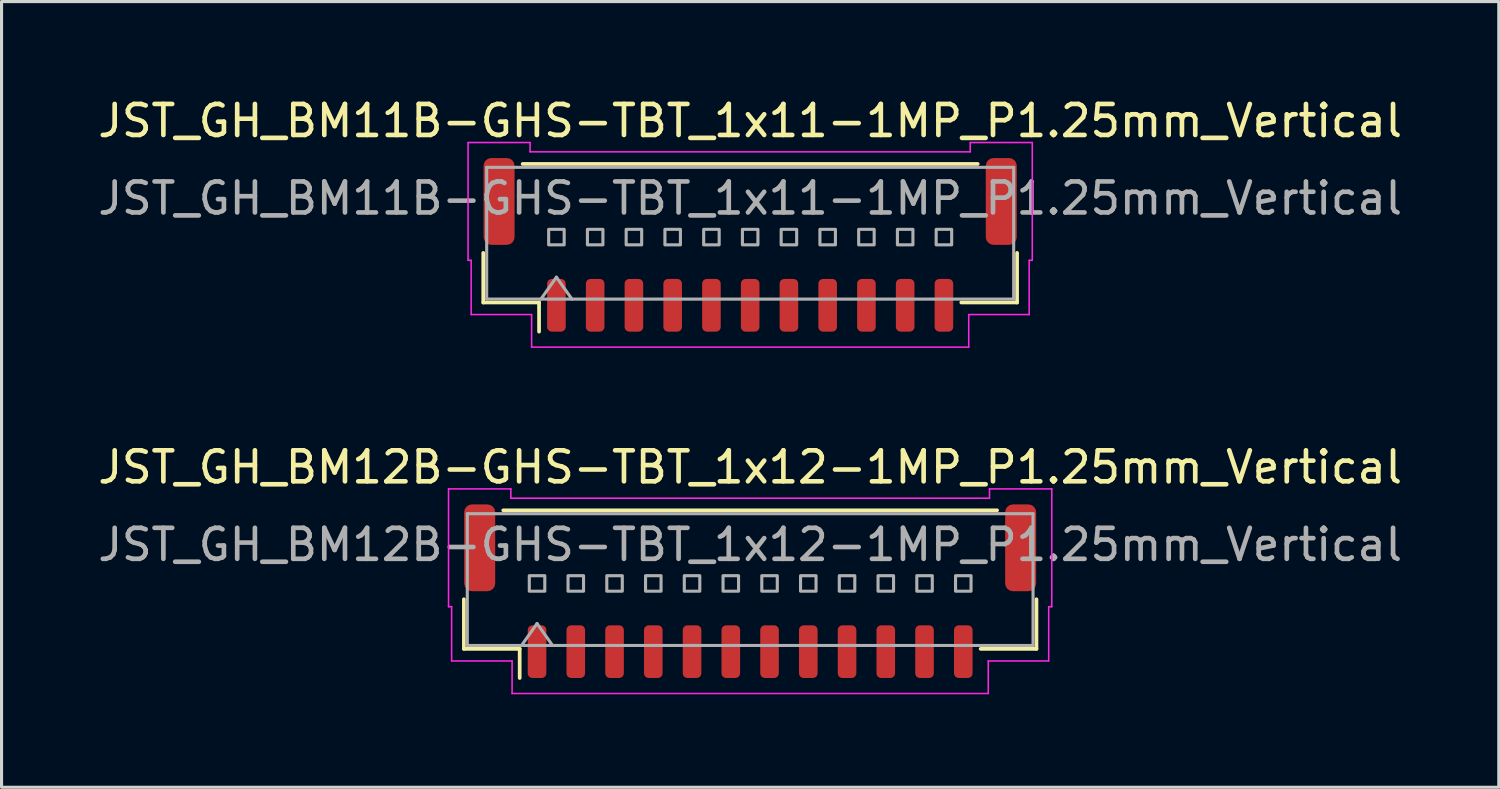
<source format=kicad_pcb>
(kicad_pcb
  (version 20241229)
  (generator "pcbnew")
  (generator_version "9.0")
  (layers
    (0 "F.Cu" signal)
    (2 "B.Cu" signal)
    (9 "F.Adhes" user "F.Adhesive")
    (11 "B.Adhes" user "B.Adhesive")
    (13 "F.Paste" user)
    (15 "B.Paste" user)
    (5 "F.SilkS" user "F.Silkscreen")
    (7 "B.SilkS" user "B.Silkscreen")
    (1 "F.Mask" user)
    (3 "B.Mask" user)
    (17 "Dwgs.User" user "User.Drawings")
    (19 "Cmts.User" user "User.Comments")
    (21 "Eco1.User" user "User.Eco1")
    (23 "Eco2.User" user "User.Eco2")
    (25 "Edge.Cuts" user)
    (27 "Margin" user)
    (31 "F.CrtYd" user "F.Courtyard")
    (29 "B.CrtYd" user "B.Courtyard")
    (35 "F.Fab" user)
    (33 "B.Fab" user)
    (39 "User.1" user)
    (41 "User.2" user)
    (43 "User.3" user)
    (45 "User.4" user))
  (footprint "JST_GH_BM11B-GHS-TBT_1x11-1MP_P1.25mm_Vertical"
    (layer "F.Cu")
    (at 21.149 4.848)
    (property "Reference" "JST_GH_BM11B-GHS-TBT_1x11-1MP_P1.25mm_Vertical" (at 0 -4 0) (layer "F.SilkS") (effects (font (size 1 1) (thickness 0.15))))
    (attr smd)
    (fp_line (start -8.61 0.26) (end -8.61 1.86) (stroke (width 0.12) (type solid)) (layer "F.SilkS"))
    (fp_line (start -8.61 1.86) (end -6.81 1.86) (stroke (width 0.12) (type solid)) (layer "F.SilkS"))
    (fp_line (start -7.34 -2.61) (end 7.34 -2.61) (stroke (width 0.12) (type solid)) (layer "F.SilkS"))
    (fp_line (start -6.81 1.86) (end -6.81 2.8) (stroke (width 0.12) (type solid)) (layer "F.SilkS"))
    (fp_line (start 8.61 0.26) (end 8.61 1.86) (stroke (width 0.12) (type solid)) (layer "F.SilkS"))
    (fp_line (start 8.61 1.86) (end 6.81 1.86) (stroke (width 0.12) (type solid)) (layer "F.SilkS"))
    (fp_line (start -9.1 -3.3) (end -7.1 -3.3) (stroke (width 0.05) (type solid)) (layer "F.CrtYd"))
    (fp_line (start -9.1 0.5) (end -9.1 -3.3) (stroke (width 0.05) (type solid)) (layer "F.CrtYd"))
    (fp_line (start -9 0.5) (end -9.1 0.5) (stroke (width 0.05) (type solid)) (layer "F.CrtYd"))
    (fp_line (start -9 2.25) (end -9 0.5) (stroke (width 0.05) (type solid)) (layer "F.CrtYd"))
    (fp_line (start -7.1 -3.3) (end -7.1 -3) (stroke (width 0.05) (type solid)) (layer "F.CrtYd"))
    (fp_line (start -7.1 -3) (end 7.1 -3) (stroke (width 0.05) (type solid)) (layer "F.CrtYd"))
    (fp_line (start -7.05 2.25) (end -9 2.25) (stroke (width 0.05) (type solid)) (layer "F.CrtYd"))
    (fp_line (start -7.05 3.3) (end -7.05 2.25) (stroke (width 0.05) (type solid)) (layer "F.CrtYd"))
    (fp_line (start 7.05 2.25) (end 7.05 3.3) (stroke (width 0.05) (type solid)) (layer "F.CrtYd"))
    (fp_line (start 7.05 3.3) (end -7.05 3.3) (stroke (width 0.05) (type solid)) (layer "F.CrtYd"))
    (fp_line (start 7.1 -3.3) (end 9.1 -3.3) (stroke (width 0.05) (type solid)) (layer "F.CrtYd"))
    (fp_line (start 7.1 -3) (end 7.1 -3.3) (stroke (width 0.05) (type solid)) (layer "F.CrtYd"))
    (fp_line (start 9 0.5) (end 9 2.25) (stroke (width 0.05) (type solid)) (layer "F.CrtYd"))
    (fp_line (start 9 2.25) (end 7.05 2.25) (stroke (width 0.05) (type solid)) (layer "F.CrtYd"))
    (fp_line (start 9.1 -3.3) (end 9.1 0.5) (stroke (width 0.05) (type solid)) (layer "F.CrtYd"))
    (fp_line (start 9.1 0.5) (end 9 0.5) (stroke (width 0.05) (type solid)) (layer "F.CrtYd"))
    (fp_line (start -8.5 -2.5) (end 8.5 -2.5) (stroke (width 0.1) (type solid)) (layer "F.Fab"))
    (fp_line (start -8.5 1.75) (end -8.5 -2.5) (stroke (width 0.1) (type solid)) (layer "F.Fab"))
    (fp_line (start -8.5 1.75) (end 8.5 1.75) (stroke (width 0.1) (type solid)) (layer "F.Fab"))
    (fp_line (start -6.75 1.75) (end -6.25 1.043) (stroke (width 0.1) (type solid)) (layer "F.Fab"))
    (fp_line (start -6.25 1.043) (end -5.75 1.75) (stroke (width 0.1) (type solid)) (layer "F.Fab"))
    (fp_line (start 8.5 1.75) (end 8.5 -2.5) (stroke (width 0.1) (type solid)) (layer "F.Fab"))
    (fp_rect (start -6.5 -0.5) (end -6 0) (stroke (width 0.1) (type solid)) (fill no) (layer "F.Fab"))
    (fp_rect (start -5.25 -0.5) (end -4.75 0) (stroke (width 0.1) (type solid)) (fill no) (layer "F.Fab"))
    (fp_rect (start -4 -0.5) (end -3.5 0) (stroke (width 0.1) (type solid)) (fill no) (layer "F.Fab"))
    (fp_rect (start -2.75 -0.5) (end -2.25 0) (stroke (width 0.1) (type solid)) (fill no) (layer "F.Fab"))
    (fp_rect (start -1.5 -0.5) (end -1 0) (stroke (width 0.1) (type solid)) (fill no) (layer "F.Fab"))
    (fp_rect (start -0.25 -0.5) (end 0.25 0) (stroke (width 0.1) (type solid)) (fill no) (layer "F.Fab"))
    (fp_rect (start 1 -0.5) (end 1.5 0) (stroke (width 0.1) (type solid)) (fill no) (layer "F.Fab"))
    (fp_rect (start 2.25 -0.5) (end 2.75 0) (stroke (width 0.1) (type solid)) (fill no) (layer "F.Fab"))
    (fp_rect (start 3.5 -0.5) (end 4 0) (stroke (width 0.1) (type solid)) (fill no) (layer "F.Fab"))
    (fp_rect (start 4.75 -0.5) (end 5.25 0) (stroke (width 0.1) (type solid)) (fill no) (layer "F.Fab"))
    (fp_rect (start 6 -0.5) (end 6.5 0) (stroke (width 0.1) (type solid)) (fill no) (layer "F.Fab"))
    (fp_text user "${REFERENCE}" (at 0 -1.5 0) (layer "F.Fab") (effects (font (size 1 1) (thickness 0.15))))
    (pad "1" smd roundrect (at -6.25 1.95) (size 0.6 1.7) (layers "F.Cu" "F.Mask" "F.Paste") (roundrect_rratio 0.25))
    (pad "2" smd roundrect (at -5 1.95) (size 0.6 1.7) (layers "F.Cu" "F.Mask" "F.Paste") (roundrect_rratio 0.25))
    (pad "3" smd roundrect (at -3.75 1.95) (size 0.6 1.7) (layers "F.Cu" "F.Mask" "F.Paste") (roundrect_rratio 0.25))
    (pad "4" smd roundrect (at -2.5 1.95) (size 0.6 1.7) (layers "F.Cu" "F.Mask" "F.Paste") (roundrect_rratio 0.25))
    (pad "5" smd roundrect (at -1.25 1.95) (size 0.6 1.7) (layers "F.Cu" "F.Mask" "F.Paste") (roundrect_rratio 0.25))
    (pad "6" smd roundrect (at 0 1.95) (size 0.6 1.7) (layers "F.Cu" "F.Mask" "F.Paste") (roundrect_rratio 0.25))
    (pad "7" smd roundrect (at 1.25 1.95) (size 0.6 1.7) (layers "F.Cu" "F.Mask" "F.Paste") (roundrect_rratio 0.25))
    (pad "8" smd roundrect (at 2.5 1.95) (size 0.6 1.7) (layers "F.Cu" "F.Mask" "F.Paste") (roundrect_rratio 0.25))
    (pad "9" smd roundrect (at 3.75 1.95) (size 0.6 1.7) (layers "F.Cu" "F.Mask" "F.Paste") (roundrect_rratio 0.25))
    (pad "10" smd roundrect (at 5 1.95) (size 0.6 1.7) (layers "F.Cu" "F.Mask" "F.Paste") (roundrect_rratio 0.25))
    (pad "11" smd roundrect (at 6.25 1.95) (size 0.6 1.7) (layers "F.Cu" "F.Mask" "F.Paste") (roundrect_rratio 0.25))
    (pad "MP" smd roundrect (at -8.1 -1.4) (size 1 2.8) (layers "F.Cu" "F.Mask" "F.Paste") (roundrect_rratio 0.25))
    (pad "MP" smd roundrect (at 8.1 -1.4) (size 1 2.8) (layers "F.Cu" "F.Mask" "F.Paste") (roundrect_rratio 0.25)))
  (footprint "JST_GH_BM12B-GHS-TBT_1x12-1MP_P1.25mm_Vertical"
    (layer "F.Cu")
    (at 21.149 16.021)
    (property "Reference" "JST_GH_BM12B-GHS-TBT_1x12-1MP_P1.25mm_Vertical" (at 0 -4 0) (layer "F.SilkS") (effects (font (size 1 1) (thickness 0.15))))
    (attr smd)
    (fp_line (start -9.235 0.26) (end -9.235 1.86) (stroke (width 0.12) (type solid)) (layer "F.SilkS"))
    (fp_line (start -9.235 1.86) (end -7.435 1.86) (stroke (width 0.12) (type solid)) (layer "F.SilkS"))
    (fp_line (start -7.965 -2.61) (end 7.965 -2.61) (stroke (width 0.12) (type solid)) (layer "F.SilkS"))
    (fp_line (start -7.435 1.86) (end -7.435 2.8) (stroke (width 0.12) (type solid)) (layer "F.SilkS"))
    (fp_line (start 9.235 0.26) (end 9.235 1.86) (stroke (width 0.12) (type solid)) (layer "F.SilkS"))
    (fp_line (start 9.235 1.86) (end 7.435 1.86) (stroke (width 0.12) (type solid)) (layer "F.SilkS"))
    (fp_line (start -9.73 -3.3) (end -7.72 -3.3) (stroke (width 0.05) (type solid)) (layer "F.CrtYd"))
    (fp_line (start -9.73 0.5) (end -9.73 -3.3) (stroke (width 0.05) (type solid)) (layer "F.CrtYd"))
    (fp_line (start -9.63 0.5) (end -9.73 0.5) (stroke (width 0.05) (type solid)) (layer "F.CrtYd"))
    (fp_line (start -9.63 2.25) (end -9.63 0.5) (stroke (width 0.05) (type solid)) (layer "F.CrtYd"))
    (fp_line (start -7.72 -3.3) (end -7.72 -3) (stroke (width 0.05) (type solid)) (layer "F.CrtYd"))
    (fp_line (start -7.72 -3) (end 7.72 -3) (stroke (width 0.05) (type solid)) (layer "F.CrtYd"))
    (fp_line (start -7.68 2.25) (end -9.63 2.25) (stroke (width 0.05) (type solid)) (layer "F.CrtYd"))
    (fp_line (start -7.68 3.3) (end -7.68 2.25) (stroke (width 0.05) (type solid)) (layer "F.CrtYd"))
    (fp_line (start 7.68 2.25) (end 7.68 3.3) (stroke (width 0.05) (type solid)) (layer "F.CrtYd"))
    (fp_line (start 7.68 3.3) (end -7.68 3.3) (stroke (width 0.05) (type solid)) (layer "F.CrtYd"))
    (fp_line (start 7.72 -3.3) (end 9.73 -3.3) (stroke (width 0.05) (type solid)) (layer "F.CrtYd"))
    (fp_line (start 7.72 -3) (end 7.72 -3.3) (stroke (width 0.05) (type solid)) (layer "F.CrtYd"))
    (fp_line (start 9.63 0.5) (end 9.63 2.25) (stroke (width 0.05) (type solid)) (layer "F.CrtYd"))
    (fp_line (start 9.63 2.25) (end 7.68 2.25) (stroke (width 0.05) (type solid)) (layer "F.CrtYd"))
    (fp_line (start 9.73 -3.3) (end 9.73 0.5) (stroke (width 0.05) (type solid)) (layer "F.CrtYd"))
    (fp_line (start 9.73 0.5) (end 9.63 0.5) (stroke (width 0.05) (type solid)) (layer "F.CrtYd"))
    (fp_line (start -9.125 -2.5) (end 9.125 -2.5) (stroke (width 0.1) (type solid)) (layer "F.Fab"))
    (fp_line (start -9.125 1.75) (end -9.125 -2.5) (stroke (width 0.1) (type solid)) (layer "F.Fab"))
    (fp_line (start -9.125 1.75) (end 9.125 1.75) (stroke (width 0.1) (type solid)) (layer "F.Fab"))
    (fp_line (start -7.375 1.75) (end -6.875 1.043) (stroke (width 0.1) (type solid)) (layer "F.Fab"))
    (fp_line (start -6.875 1.043) (end -6.375 1.75) (stroke (width 0.1) (type solid)) (layer "F.Fab"))
    (fp_line (start 9.125 1.75) (end 9.125 -2.5) (stroke (width 0.1) (type solid)) (layer "F.Fab"))
    (fp_rect (start -7.125 -0.5) (end -6.625 0) (stroke (width 0.1) (type solid)) (fill no) (layer "F.Fab"))
    (fp_rect (start -5.875 -0.5) (end -5.375 0) (stroke (width 0.1) (type solid)) (fill no) (layer "F.Fab"))
    (fp_rect (start -4.625 -0.5) (end -4.125 0) (stroke (width 0.1) (type solid)) (fill no) (layer "F.Fab"))
    (fp_rect (start -3.375 -0.5) (end -2.875 0) (stroke (width 0.1) (type solid)) (fill no) (layer "F.Fab"))
    (fp_rect (start -2.125 -0.5) (end -1.625 0) (stroke (width 0.1) (type solid)) (fill no) (layer "F.Fab"))
    (fp_rect (start -0.875 -0.5) (end -0.375 0) (stroke (width 0.1) (type solid)) (fill no) (layer "F.Fab"))
    (fp_rect (start 0.375 -0.5) (end 0.875 0) (stroke (width 0.1) (type solid)) (fill no) (layer "F.Fab"))
    (fp_rect (start 1.625 -0.5) (end 2.125 0) (stroke (width 0.1) (type solid)) (fill no) (layer "F.Fab"))
    (fp_rect (start 2.875 -0.5) (end 3.375 0) (stroke (width 0.1) (type solid)) (fill no) (layer "F.Fab"))
    (fp_rect (start 4.125 -0.5) (end 4.625 0) (stroke (width 0.1) (type solid)) (fill no) (layer "F.Fab"))
    (fp_rect (start 5.375 -0.5) (end 5.875 0) (stroke (width 0.1) (type solid)) (fill no) (layer "F.Fab"))
    (fp_rect (start 6.625 -0.5) (end 7.125 0) (stroke (width 0.1) (type solid)) (fill no) (layer "F.Fab"))
    (fp_text user "${REFERENCE}" (at 0 -1.5 0) (layer "F.Fab") (effects (font (size 1 1) (thickness 0.15))))
    (pad "1" smd roundrect (at -6.875 1.95) (size 0.6 1.7) (layers "F.Cu" "F.Mask" "F.Paste") (roundrect_rratio 0.25))
    (pad "2" smd roundrect (at -5.625 1.95) (size 0.6 1.7) (layers "F.Cu" "F.Mask" "F.Paste") (roundrect_rratio 0.25))
    (pad "3" smd roundrect (at -4.375 1.95) (size 0.6 1.7) (layers "F.Cu" "F.Mask" "F.Paste") (roundrect_rratio 0.25))
    (pad "4" smd roundrect (at -3.125 1.95) (size 0.6 1.7) (layers "F.Cu" "F.Mask" "F.Paste") (roundrect_rratio 0.25))
    (pad "5" smd roundrect (at -1.875 1.95) (size 0.6 1.7) (layers "F.Cu" "F.Mask" "F.Paste") (roundrect_rratio 0.25))
    (pad "6" smd roundrect (at -0.625 1.95) (size 0.6 1.7) (layers "F.Cu" "F.Mask" "F.Paste") (roundrect_rratio 0.25))
    (pad "7" smd roundrect (at 0.625 1.95) (size 0.6 1.7) (layers "F.Cu" "F.Mask" "F.Paste") (roundrect_rratio 0.25))
    (pad "8" smd roundrect (at 1.875 1.95) (size 0.6 1.7) (layers "F.Cu" "F.Mask" "F.Paste") (roundrect_rratio 0.25))
    (pad "9" smd roundrect (at 3.125 1.95) (size 0.6 1.7) (layers "F.Cu" "F.Mask" "F.Paste") (roundrect_rratio 0.25))
    (pad "10" smd roundrect (at 4.375 1.95) (size 0.6 1.7) (layers "F.Cu" "F.Mask" "F.Paste") (roundrect_rratio 0.25))
    (pad "11" smd roundrect (at 5.625 1.95) (size 0.6 1.7) (layers "F.Cu" "F.Mask" "F.Paste") (roundrect_rratio 0.25))
    (pad "12" smd roundrect (at 6.875 1.95) (size 0.6 1.7) (layers "F.Cu" "F.Mask" "F.Paste") (roundrect_rratio 0.25))
    (pad "MP" smd roundrect (at -8.725 -1.4) (size 1 2.8) (layers "F.Cu" "F.Mask" "F.Paste") (roundrect_rratio 0.25))
    (pad "MP" smd roundrect (at 8.725 -1.4) (size 1 2.8) (layers "F.Cu" "F.Mask" "F.Paste") (roundrect_rratio 0.25)))
  (gr_rect
    (start -3 -3)
    (end 45.298 22.346)
    (stroke (width 0.1) (type default))
    (fill no)
    (layer "Edge.Cuts")))
</source>
